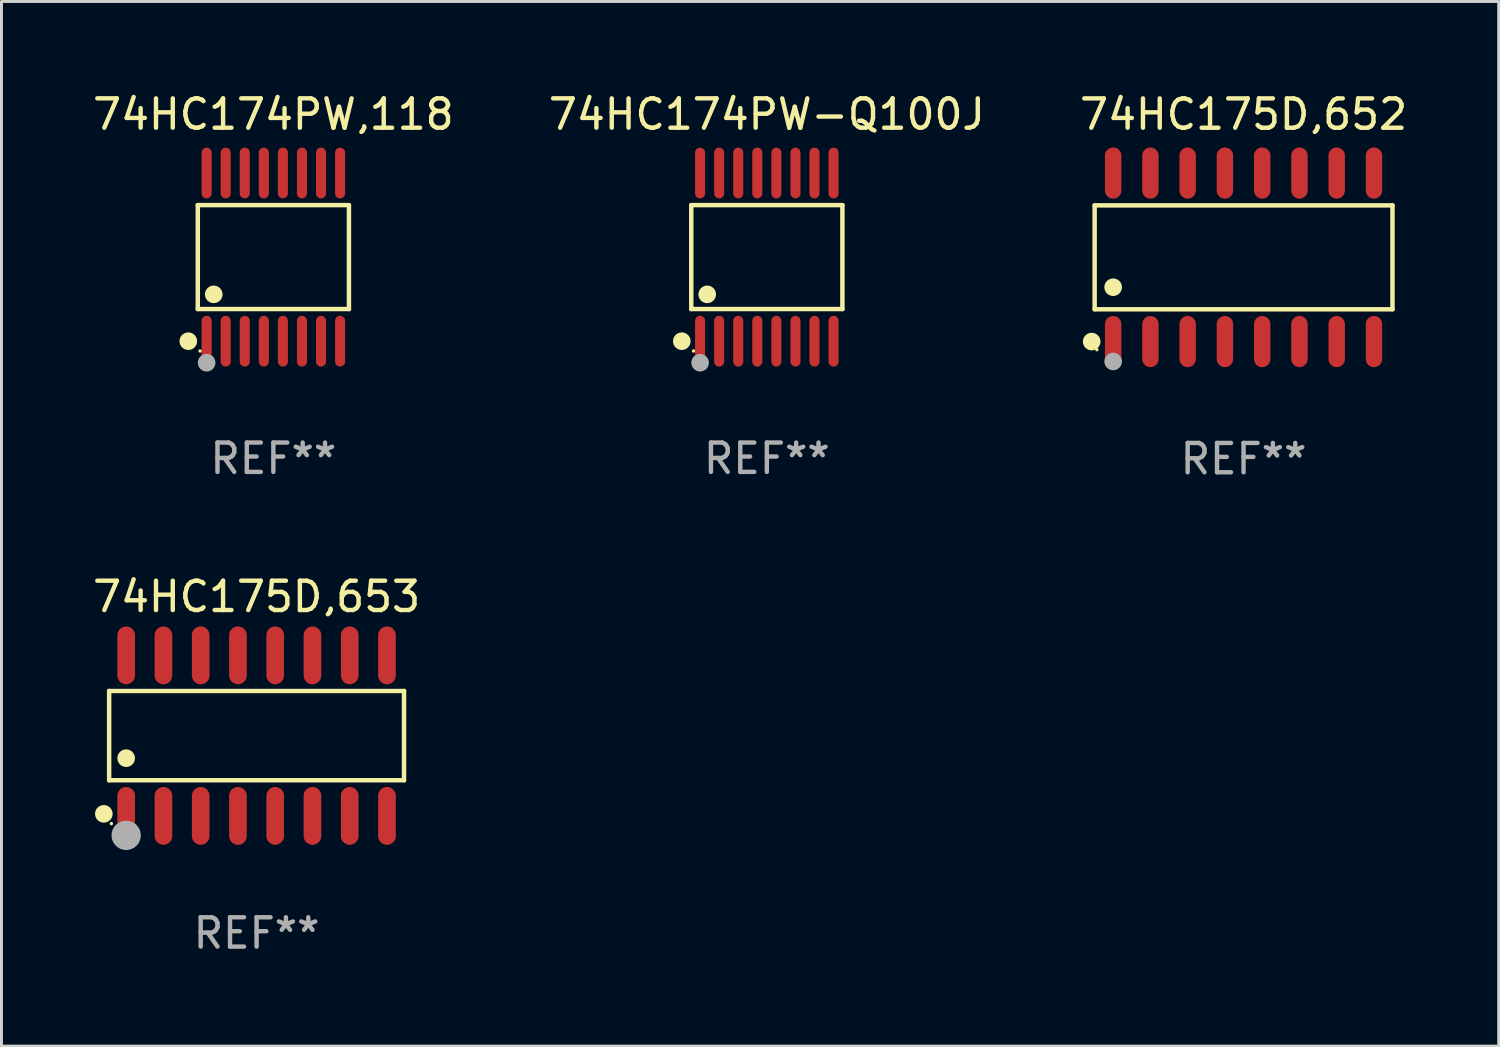
<source format=kicad_pcb>
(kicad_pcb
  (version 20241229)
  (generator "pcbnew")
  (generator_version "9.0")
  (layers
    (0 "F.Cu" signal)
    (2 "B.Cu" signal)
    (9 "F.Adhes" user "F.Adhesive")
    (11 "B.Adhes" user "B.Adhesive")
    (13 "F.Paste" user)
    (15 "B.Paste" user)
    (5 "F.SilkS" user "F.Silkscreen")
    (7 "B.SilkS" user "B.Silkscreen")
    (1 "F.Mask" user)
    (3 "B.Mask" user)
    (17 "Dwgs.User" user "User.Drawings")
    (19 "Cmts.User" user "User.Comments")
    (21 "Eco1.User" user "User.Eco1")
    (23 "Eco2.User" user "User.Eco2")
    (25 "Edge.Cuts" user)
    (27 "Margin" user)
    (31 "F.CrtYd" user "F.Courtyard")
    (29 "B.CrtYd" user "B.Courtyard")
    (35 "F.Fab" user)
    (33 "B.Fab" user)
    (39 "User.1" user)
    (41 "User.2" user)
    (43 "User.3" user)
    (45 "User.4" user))
  (footprint "74HC175D,653"
    (layer "F.Cu")
    (at 5.696 22.025)
    (property "Reference" "74HC175D,653" (at 0 -4.736 0) (layer "F.SilkS") (effects (font (size 1 1) (thickness 0.15))))
    (attr through_hole)
    (fp_line (start -5.026 -1.521) (end 5.026 -1.521) (stroke (width 0.152) (type solid)) (layer "F.SilkS"))
    (fp_line (start -5.026 1.521) (end -5.026 -1.521) (stroke (width 0.152) (type solid)) (layer "F.SilkS"))
    (fp_line (start 5.026 -1.521) (end 5.026 1.521) (stroke (width 0.152) (type solid)) (layer "F.SilkS"))
    (fp_line (start 5.026 1.521) (end -5.026 1.521) (stroke (width 0.152) (type solid)) (layer "F.SilkS"))
    (fp_circle (center -5.207 2.667) (end -5.057 2.667) (stroke (width 0.3) (type solid)) (fill no) (layer "F.SilkS"))
    (fp_circle (center -4.95 3) (end -4.92 3) (stroke (width 0.06) (type solid)) (fill no) (layer "F.SilkS"))
    (fp_circle (center -4.445 0.769) (end -4.295 0.769) (stroke (width 0.3) (type solid)) (fill no) (layer "F.SilkS"))
    (fp_circle (center -4.445 3.4) (end -4.195 3.4) (stroke (width 0.5) (type solid)) (fill no) (layer "F.Fab"))
    (fp_text user "REF**" (at 0 6.736 0) (layer "F.Fab") (effects (font (size 1 1) (thickness 0.15))))
    (pad "1" smd oval (at -4.445 2.736) (size 0.602 1.971) (layers "F.Cu" "F.Mask" "F.Paste"))
    (pad "2" smd oval (at -3.175 2.736) (size 0.602 1.971) (layers "F.Cu" "F.Mask" "F.Paste"))
    (pad "3" smd oval (at -1.905 2.736) (size 0.602 1.971) (layers "F.Cu" "F.Mask" "F.Paste"))
    (pad "4" smd oval (at -0.635 2.736) (size 0.602 1.971) (layers "F.Cu" "F.Mask" "F.Paste"))
    (pad "5" smd oval (at 0.635 2.736) (size 0.602 1.971) (layers "F.Cu" "F.Mask" "F.Paste"))
    (pad "6" smd oval (at 1.905 2.736) (size 0.602 1.971) (layers "F.Cu" "F.Mask" "F.Paste"))
    (pad "7" smd oval (at 3.175 2.736) (size 0.602 1.971) (layers "F.Cu" "F.Mask" "F.Paste"))
    (pad "8" smd oval (at 4.445 2.736) (size 0.602 1.971) (layers "F.Cu" "F.Mask" "F.Paste"))
    (pad "9" smd oval (at 4.445 -2.736) (size 0.602 1.971) (layers "F.Cu" "F.Mask" "F.Paste"))
    (pad "10" smd oval (at 3.175 -2.736) (size 0.602 1.971) (layers "F.Cu" "F.Mask" "F.Paste"))
    (pad "11" smd oval (at 1.905 -2.736) (size 0.602 1.971) (layers "F.Cu" "F.Mask" "F.Paste"))
    (pad "12" smd oval (at 0.635 -2.736) (size 0.602 1.971) (layers "F.Cu" "F.Mask" "F.Paste"))
    (pad "13" smd oval (at -0.635 -2.736) (size 0.602 1.971) (layers "F.Cu" "F.Mask" "F.Paste"))
    (pad "14" smd oval (at -1.905 -2.736) (size 0.602 1.971) (layers "F.Cu" "F.Mask" "F.Paste"))
    (pad "15" smd oval (at -3.175 -2.736) (size 0.602 1.971) (layers "F.Cu" "F.Mask" "F.Paste"))
    (pad "16" smd oval (at -4.445 -2.736) (size 0.602 1.971) (layers "F.Cu" "F.Mask" "F.Paste")))
  (footprint "74HC174PW-Q100J"
    (layer "F.Cu")
    (at 23.089 5.714)
    (property "Reference" "74HC174PW-Q100J" (at 0 -4.866 0) (layer "F.SilkS") (effects (font (size 1 1) (thickness 0.15))))
    (attr through_hole)
    (fp_line (start -2.576 -1.772) (end 2.576 -1.772) (stroke (width 0.152) (type solid)) (layer "F.SilkS"))
    (fp_line (start -2.576 1.771) (end -2.576 -1.772) (stroke (width 0.152) (type solid)) (layer "F.SilkS"))
    (fp_line (start 2.576 -1.772) (end 2.576 1.771) (stroke (width 0.152) (type solid)) (layer "F.SilkS"))
    (fp_line (start 2.576 1.771) (end -2.576 1.771) (stroke (width 0.152) (type solid)) (layer "F.SilkS"))
    (fp_circle (center -2.899 2.866) (end -2.749 2.866) (stroke (width 0.3) (type solid)) (fill no) (layer "F.SilkS"))
    (fp_circle (center -2.5 3.2) (end -2.47 3.2) (stroke (width 0.06) (type solid)) (fill no) (layer "F.SilkS"))
    (fp_circle (center -2.032 1.27) (end -1.882 1.27) (stroke (width 0.3) (type solid)) (fill no) (layer "F.SilkS"))
    (fp_circle (center -2.275 3.6) (end -2.125 3.6) (stroke (width 0.3) (type solid)) (fill no) (layer "F.Fab"))
    (fp_text user "REF**" (at 0 6.866 0) (layer "F.Fab") (effects (font (size 1 1) (thickness 0.15))))
    (pad "1" smd oval (at -2.275 2.866) (size 0.343 1.731) (layers "F.Cu" "F.Mask" "F.Paste"))
    (pad "2" smd oval (at -1.625 2.866) (size 0.343 1.731) (layers "F.Cu" "F.Mask" "F.Paste"))
    (pad "3" smd oval (at -0.975 2.866) (size 0.343 1.731) (layers "F.Cu" "F.Mask" "F.Paste"))
    (pad "4" smd oval (at -0.325 2.866) (size 0.343 1.731) (layers "F.Cu" "F.Mask" "F.Paste"))
    (pad "5" smd oval (at 0.325 2.866) (size 0.343 1.731) (layers "F.Cu" "F.Mask" "F.Paste"))
    (pad "6" smd oval (at 0.975 2.866) (size 0.343 1.731) (layers "F.Cu" "F.Mask" "F.Paste"))
    (pad "7" smd oval (at 1.625 2.866) (size 0.343 1.731) (layers "F.Cu" "F.Mask" "F.Paste"))
    (pad "8" smd oval (at 2.275 2.866) (size 0.343 1.731) (layers "F.Cu" "F.Mask" "F.Paste"))
    (pad "9" smd oval (at 2.275 -2.866) (size 0.343 1.731) (layers "F.Cu" "F.Mask" "F.Paste"))
    (pad "10" smd oval (at 1.625 -2.866) (size 0.343 1.731) (layers "F.Cu" "F.Mask" "F.Paste"))
    (pad "11" smd oval (at 0.975 -2.866) (size 0.343 1.731) (layers "F.Cu" "F.Mask" "F.Paste"))
    (pad "12" smd oval (at 0.325 -2.866) (size 0.343 1.731) (layers "F.Cu" "F.Mask" "F.Paste"))
    (pad "13" smd oval (at -0.325 -2.866) (size 0.343 1.731) (layers "F.Cu" "F.Mask" "F.Paste"))
    (pad "14" smd oval (at -0.975 -2.866) (size 0.343 1.731) (layers "F.Cu" "F.Mask" "F.Paste"))
    (pad "15" smd oval (at -1.625 -2.866) (size 0.343 1.731) (layers "F.Cu" "F.Mask" "F.Paste"))
    (pad "16" smd oval (at -2.275 -2.866) (size 0.343 1.731) (layers "F.Cu" "F.Mask" "F.Paste")))
  (footprint "74HC174PW,118"
    (layer "F.Cu")
    (at 6.268 5.714)
    (property "Reference" "74HC174PW,118" (at 0 -4.866 0) (layer "F.SilkS") (effects (font (size 1 1) (thickness 0.15))))
    (attr through_hole)
    (fp_line (start -2.576 -1.772) (end 2.576 -1.772) (stroke (width 0.152) (type solid)) (layer "F.SilkS"))
    (fp_line (start -2.576 1.771) (end -2.576 -1.772) (stroke (width 0.152) (type solid)) (layer "F.SilkS"))
    (fp_line (start 2.576 -1.772) (end 2.576 1.771) (stroke (width 0.152) (type solid)) (layer "F.SilkS"))
    (fp_line (start 2.576 1.771) (end -2.576 1.771) (stroke (width 0.152) (type solid)) (layer "F.SilkS"))
    (fp_circle (center -2.899 2.866) (end -2.749 2.866) (stroke (width 0.3) (type solid)) (fill no) (layer "F.SilkS"))
    (fp_circle (center -2.5 3.2) (end -2.47 3.2) (stroke (width 0.06) (type solid)) (fill no) (layer "F.SilkS"))
    (fp_circle (center -2.032 1.27) (end -1.882 1.27) (stroke (width 0.3) (type solid)) (fill no) (layer "F.SilkS"))
    (fp_circle (center -2.275 3.6) (end -2.125 3.6) (stroke (width 0.3) (type solid)) (fill no) (layer "F.Fab"))
    (fp_text user "REF**" (at 0 6.866 0) (layer "F.Fab") (effects (font (size 1 1) (thickness 0.15))))
    (pad "1" smd oval (at -2.275 2.866) (size 0.343 1.731) (layers "F.Cu" "F.Mask" "F.Paste"))
    (pad "2" smd oval (at -1.625 2.866) (size 0.343 1.731) (layers "F.Cu" "F.Mask" "F.Paste"))
    (pad "3" smd oval (at -0.975 2.866) (size 0.343 1.731) (layers "F.Cu" "F.Mask" "F.Paste"))
    (pad "4" smd oval (at -0.325 2.866) (size 0.343 1.731) (layers "F.Cu" "F.Mask" "F.Paste"))
    (pad "5" smd oval (at 0.325 2.866) (size 0.343 1.731) (layers "F.Cu" "F.Mask" "F.Paste"))
    (pad "6" smd oval (at 0.975 2.866) (size 0.343 1.731) (layers "F.Cu" "F.Mask" "F.Paste"))
    (pad "7" smd oval (at 1.625 2.866) (size 0.343 1.731) (layers "F.Cu" "F.Mask" "F.Paste"))
    (pad "8" smd oval (at 2.275 2.866) (size 0.343 1.731) (layers "F.Cu" "F.Mask" "F.Paste"))
    (pad "9" smd oval (at 2.275 -2.866) (size 0.343 1.731) (layers "F.Cu" "F.Mask" "F.Paste"))
    (pad "10" smd oval (at 1.625 -2.866) (size 0.343 1.731) (layers "F.Cu" "F.Mask" "F.Paste"))
    (pad "11" smd oval (at 0.975 -2.866) (size 0.343 1.731) (layers "F.Cu" "F.Mask" "F.Paste"))
    (pad "12" smd oval (at 0.325 -2.866) (size 0.343 1.731) (layers "F.Cu" "F.Mask" "F.Paste"))
    (pad "13" smd oval (at -0.325 -2.866) (size 0.343 1.731) (layers "F.Cu" "F.Mask" "F.Paste"))
    (pad "14" smd oval (at -0.975 -2.866) (size 0.343 1.731) (layers "F.Cu" "F.Mask" "F.Paste"))
    (pad "15" smd oval (at -1.625 -2.866) (size 0.343 1.731) (layers "F.Cu" "F.Mask" "F.Paste"))
    (pad "16" smd oval (at -2.275 -2.866) (size 0.343 1.731) (layers "F.Cu" "F.Mask" "F.Paste")))
  (footprint "74HC175D,652"
    (layer "F.Cu")
    (at 39.339 5.721)
    (property "Reference" "74HC175D,652" (at 0 -4.872 0) (layer "F.SilkS") (effects (font (size 1 1) (thickness 0.15))))
    (attr through_hole)
    (fp_line (start -5.076 -1.771) (end 5.076 -1.771) (stroke (width 0.152) (type solid)) (layer "F.SilkS"))
    (fp_line (start -5.076 1.771) (end -5.076 -1.771) (stroke (width 0.152) (type solid)) (layer "F.SilkS"))
    (fp_line (start 5.076 -1.771) (end 5.076 1.771) (stroke (width 0.152) (type solid)) (layer "F.SilkS"))
    (fp_line (start 5.076 1.771) (end -5.076 1.771) (stroke (width 0.152) (type solid)) (layer "F.SilkS"))
    (fp_circle (center -5.177 2.872) (end -5.027 2.872) (stroke (width 0.3) (type solid)) (fill no) (layer "F.SilkS"))
    (fp_circle (center -5 3.15) (end -4.97 3.15) (stroke (width 0.06) (type solid)) (fill no) (layer "F.SilkS"))
    (fp_circle (center -4.445 1.019) (end -4.295 1.019) (stroke (width 0.3) (type solid)) (fill no) (layer "F.SilkS"))
    (fp_circle (center -4.445 3.55) (end -4.295 3.55) (stroke (width 0.3) (type solid)) (fill no) (layer "F.Fab"))
    (fp_text user "REF**" (at 0 6.872 0) (layer "F.Fab") (effects (font (size 1 1) (thickness 0.15))))
    (pad "1" smd oval (at -4.445 2.872) (size 0.56 1.745) (layers "F.Cu" "F.Mask" "F.Paste"))
    (pad "2" smd oval (at -3.175 2.872) (size 0.56 1.745) (layers "F.Cu" "F.Mask" "F.Paste"))
    (pad "3" smd oval (at -1.905 2.872) (size 0.56 1.745) (layers "F.Cu" "F.Mask" "F.Paste"))
    (pad "4" smd oval (at -0.635 2.872) (size 0.56 1.745) (layers "F.Cu" "F.Mask" "F.Paste"))
    (pad "5" smd oval (at 0.635 2.872) (size 0.56 1.745) (layers "F.Cu" "F.Mask" "F.Paste"))
    (pad "6" smd oval (at 1.905 2.872) (size 0.56 1.745) (layers "F.Cu" "F.Mask" "F.Paste"))
    (pad "7" smd oval (at 3.175 2.872) (size 0.56 1.745) (layers "F.Cu" "F.Mask" "F.Paste"))
    (pad "8" smd oval (at 4.445 2.872) (size 0.56 1.745) (layers "F.Cu" "F.Mask" "F.Paste"))
    (pad "9" smd oval (at 4.445 -2.872) (size 0.56 1.745) (layers "F.Cu" "F.Mask" "F.Paste"))
    (pad "10" smd oval (at 3.175 -2.872) (size 0.56 1.745) (layers "F.Cu" "F.Mask" "F.Paste"))
    (pad "11" smd oval (at 1.905 -2.872) (size 0.56 1.745) (layers "F.Cu" "F.Mask" "F.Paste"))
    (pad "12" smd oval (at 0.635 -2.872) (size 0.56 1.745) (layers "F.Cu" "F.Mask" "F.Paste"))
    (pad "13" smd oval (at -0.635 -2.872) (size 0.56 1.745) (layers "F.Cu" "F.Mask" "F.Paste"))
    (pad "14" smd oval (at -1.905 -2.872) (size 0.56 1.745) (layers "F.Cu" "F.Mask" "F.Paste"))
    (pad "15" smd oval (at -3.175 -2.872) (size 0.56 1.745) (layers "F.Cu" "F.Mask" "F.Paste"))
    (pad "16" smd oval (at -4.445 -2.872) (size 0.56 1.745) (layers "F.Cu" "F.Mask" "F.Paste")))
  (gr_rect
    (start -3 -3)
    (end 48.036 32.609)
    (stroke (width 0.1) (type default))
    (fill no)
    (layer "Edge.Cuts")))
</source>
